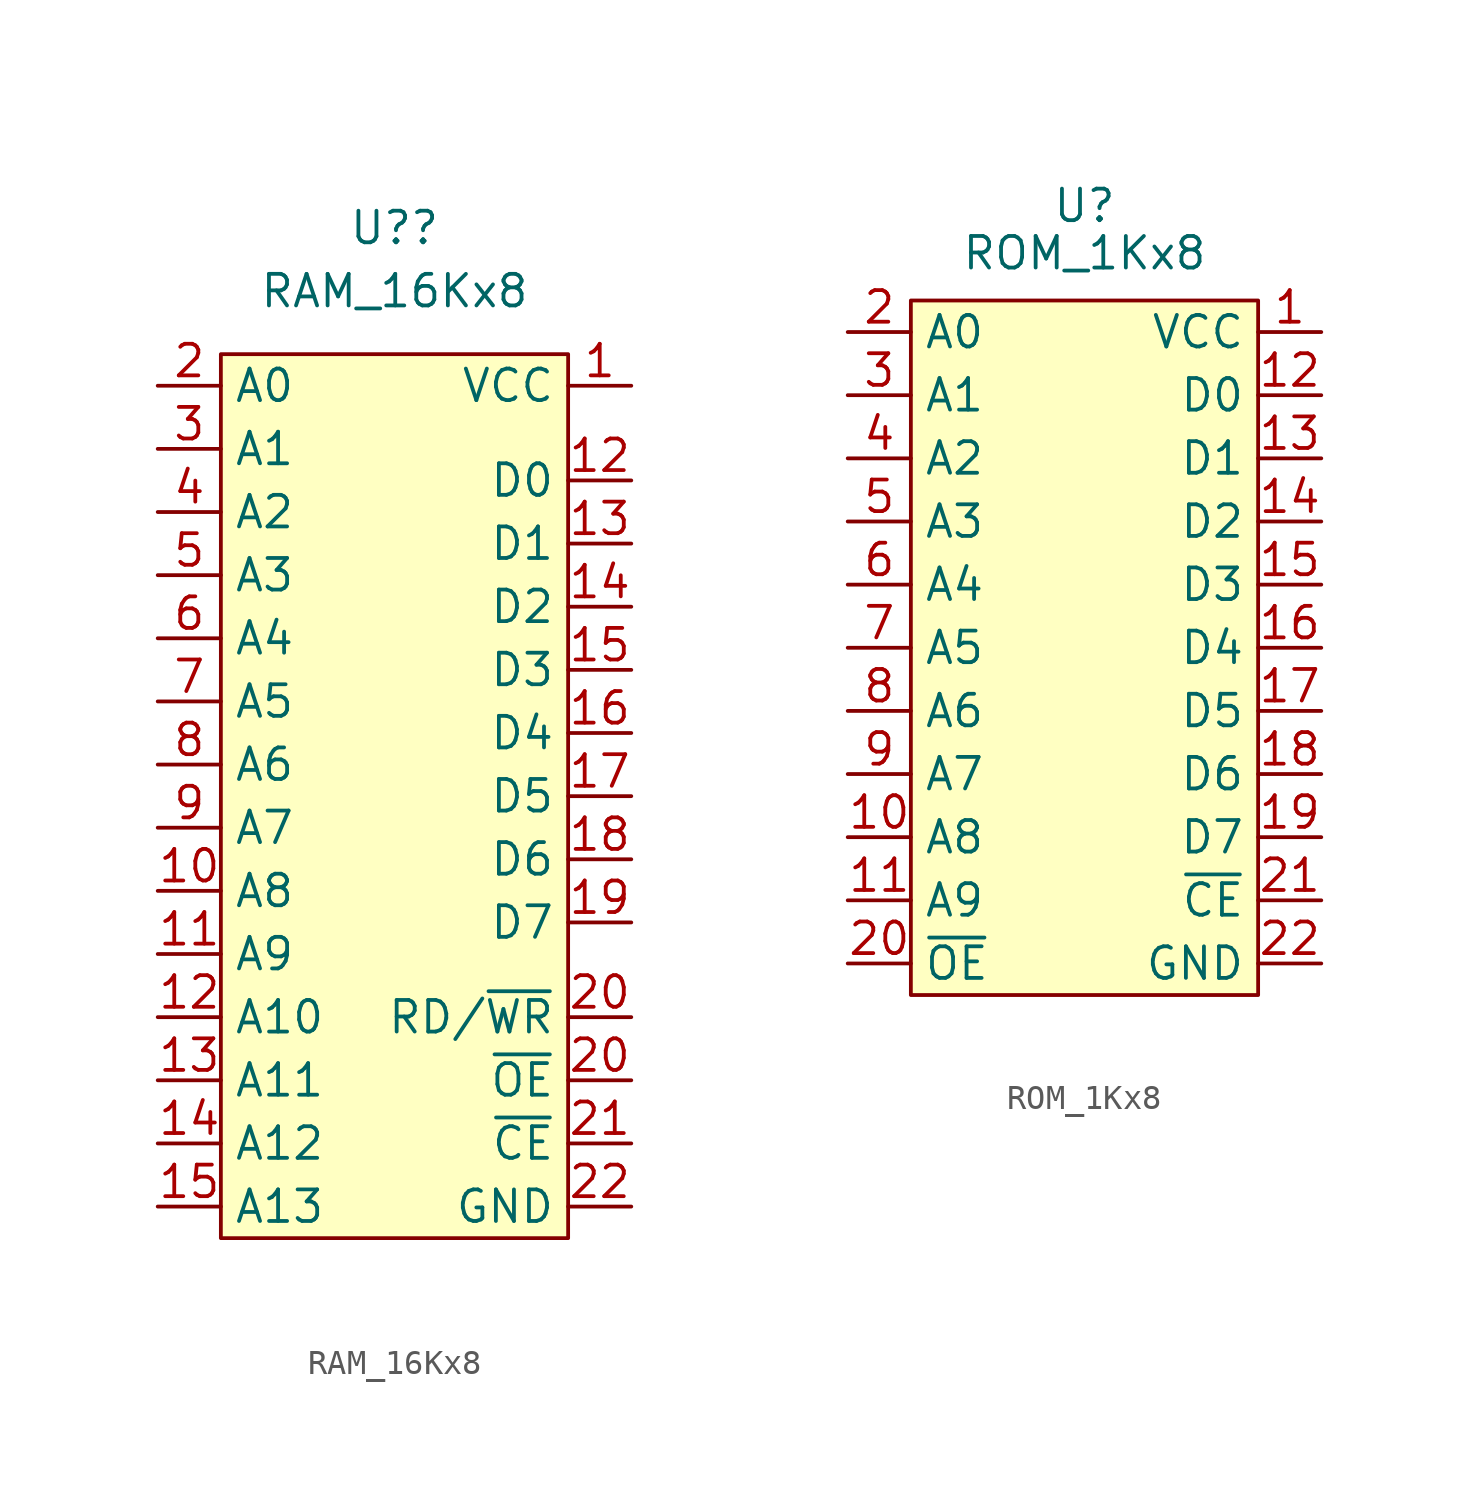
<source format=kicad_sym>
(kicad_symbol_lib
  (version 20211014)
  (generator kicad_symbol_editor)
  (symbol "RAM_16Kx8"
    (property "Reference" "U?"
      (at 0 21.59 0)
      (effects (font (size 1.27 1.27))))
    (property "Value" "RAM_16Kx8"
      (at 0 19.05 0)
      (effects (font (size 1.27 1.27))))
    (symbol "RAM_16Kx8_0_1"
      (rectangle (start -6.985 16.51) (end 6.985 -19.05) (stroke (width 0) (type default) (color 0 0 0 0)) (fill (type background))))
    (symbol "RAM_16Kx8_1_1"
      (pin input line (at 9.525 15.24 180) (length 2.54) (name "VCC" (effects (font (size 1.27 1.27)))) (number "1" (effects (font (size 1.27 1.27)))))
      (pin input line (at -9.525 -5.08 0) (length 2.54) (name "A8" (effects (font (size 1.27 1.27)))) (number "10" (effects (font (size 1.27 1.27)))))
      (pin input line (at -9.525 -7.62 0) (length 2.54) (name "A9" (effects (font (size 1.27 1.27)))) (number "11" (effects (font (size 1.27 1.27)))))
      (pin input line (at -9.525 -10.16 0) (length 2.54) (name "A10" (effects (font (size 1.27 1.27)))) (number "12" (effects (font (size 1.27 1.27)))))
      (pin input line (at 9.525 11.43 180) (length 2.54) (name "D0" (effects (font (size 1.27 1.27)))) (number "12" (effects (font (size 1.27 1.27)))))
      (pin input line (at -9.525 -12.7 0) (length 2.54) (name "A11" (effects (font (size 1.27 1.27)))) (number "13" (effects (font (size 1.27 1.27)))))
      (pin input line (at 9.525 8.89 180) (length 2.54) (name "D1" (effects (font (size 1.27 1.27)))) (number "13" (effects (font (size 1.27 1.27)))))
      (pin input line (at -9.525 -15.24 0) (length 2.54) (name "A12" (effects (font (size 1.27 1.27)))) (number "14" (effects (font (size 1.27 1.27)))))
      (pin input line (at 9.525 6.35 180) (length 2.54) (name "D2" (effects (font (size 1.27 1.27)))) (number "14" (effects (font (size 1.27 1.27)))))
      (pin input line (at -9.525 -17.78 0) (length 2.54) (name "A13" (effects (font (size 1.27 1.27)))) (number "15" (effects (font (size 1.27 1.27)))))
      (pin input line (at 9.525 3.81 180) (length 2.54) (name "D3" (effects (font (size 1.27 1.27)))) (number "15" (effects (font (size 1.27 1.27)))))
      (pin input line (at 9.525 1.27 180) (length 2.54) (name "D4" (effects (font (size 1.27 1.27)))) (number "16" (effects (font (size 1.27 1.27)))))
      (pin input line (at 9.525 -1.27 180) (length 2.54) (name "D5" (effects (font (size 1.27 1.27)))) (number "17" (effects (font (size 1.27 1.27)))))
      (pin input line (at 9.525 -3.81 180) (length 2.54) (name "D6" (effects (font (size 1.27 1.27)))) (number "18" (effects (font (size 1.27 1.27)))))
      (pin input line (at 9.525 -6.35 180) (length 2.54) (name "D7" (effects (font (size 1.27 1.27)))) (number "19" (effects (font (size 1.27 1.27)))))
      (pin input line (at -9.525 15.24 0) (length 2.54) (name "A0" (effects (font (size 1.27 1.27)))) (number "2" (effects (font (size 1.27 1.27)))))
      (pin input line (at 9.525 -10.16 180) (length 2.54) (name "RD/~{WR}" (effects (font (size 1.27 1.27)))) (number "20" (effects (font (size 1.27 1.27)))))
      (pin input line (at 9.525 -12.7 180) (length 2.54) (name "~{OE}" (effects (font (size 1.27 1.27)))) (number "20" (effects (font (size 1.27 1.27)))))
      (pin input line (at 9.525 -15.24 180) (length 2.54) (name "~{CE}" (effects (font (size 1.27 1.27)))) (number "21" (effects (font (size 1.27 1.27)))))
      (pin input line (at 9.525 -17.78 180) (length 2.54) (name "GND" (effects (font (size 1.27 1.27)))) (number "22" (effects (font (size 1.27 1.27)))))
      (pin input line (at -9.525 12.7 0) (length 2.54) (name "A1" (effects (font (size 1.27 1.27)))) (number "3" (effects (font (size 1.27 1.27)))))
      (pin input line (at -9.525 10.16 0) (length 2.54) (name "A2" (effects (font (size 1.27 1.27)))) (number "4" (effects (font (size 1.27 1.27)))))
      (pin input line (at -9.525 7.62 0) (length 2.54) (name "A3" (effects (font (size 1.27 1.27)))) (number "5" (effects (font (size 1.27 1.27)))))
      (pin input line (at -9.525 5.08 0) (length 2.54) (name "A4" (effects (font (size 1.27 1.27)))) (number "6" (effects (font (size 1.27 1.27)))))
      (pin input line (at -9.525 2.54 0) (length 2.54) (name "A5" (effects (font (size 1.27 1.27)))) (number "7" (effects (font (size 1.27 1.27)))))
      (pin input line (at -9.525 0 0) (length 2.54) (name "A6" (effects (font (size 1.27 1.27)))) (number "8" (effects (font (size 1.27 1.27)))))
      (pin input line (at -9.525 -2.54 0) (length 2.54) (name "A7" (effects (font (size 1.27 1.27)))) (number "9" (effects (font (size 1.27 1.27)))))))
  (symbol "ROM_1Kx8"
    (property "Reference" "U"
      (at 0 17.78 0)
      (effects (font (size 1.27 1.27))))
    (property "Value" "ROM_1Kx8"
      (at 0 15.875 0)
      (effects (font (size 1.27 1.27))))
    (symbol "ROM_1Kx8_0_1"
      (rectangle (start -6.985 13.97) (end 6.985 -13.97) (stroke (width 0) (type default) (color 0 0 0 0)) (fill (type background))))
    (symbol "ROM_1Kx8_1_1"
      (pin input line (at 9.525 12.7 180) (length 2.54) (name "VCC" (effects (font (size 1.27 1.27)))) (number "1" (effects (font (size 1.27 1.27)))))
      (pin input line (at -9.525 -7.62 0) (length 2.54) (name "A8" (effects (font (size 1.27 1.27)))) (number "10" (effects (font (size 1.27 1.27)))))
      (pin input line (at -9.525 -10.16 0) (length 2.54) (name "A9" (effects (font (size 1.27 1.27)))) (number "11" (effects (font (size 1.27 1.27)))))
      (pin input line (at 9.525 10.16 180) (length 2.54) (name "D0" (effects (font (size 1.27 1.27)))) (number "12" (effects (font (size 1.27 1.27)))))
      (pin input line (at 9.525 7.62 180) (length 2.54) (name "D1" (effects (font (size 1.27 1.27)))) (number "13" (effects (font (size 1.27 1.27)))))
      (pin input line (at 9.525 5.08 180) (length 2.54) (name "D2" (effects (font (size 1.27 1.27)))) (number "14" (effects (font (size 1.27 1.27)))))
      (pin input line (at 9.525 2.54 180) (length 2.54) (name "D3" (effects (font (size 1.27 1.27)))) (number "15" (effects (font (size 1.27 1.27)))))
      (pin input line (at 9.525 0 180) (length 2.54) (name "D4" (effects (font (size 1.27 1.27)))) (number "16" (effects (font (size 1.27 1.27)))))
      (pin input line (at 9.525 -2.54 180) (length 2.54) (name "D5" (effects (font (size 1.27 1.27)))) (number "17" (effects (font (size 1.27 1.27)))))
      (pin input line (at 9.525 -5.08 180) (length 2.54) (name "D6" (effects (font (size 1.27 1.27)))) (number "18" (effects (font (size 1.27 1.27)))))
      (pin input line (at 9.525 -7.62 180) (length 2.54) (name "D7" (effects (font (size 1.27 1.27)))) (number "19" (effects (font (size 1.27 1.27)))))
      (pin input line (at -9.525 12.7 0) (length 2.54) (name "A0" (effects (font (size 1.27 1.27)))) (number "2" (effects (font (size 1.27 1.27)))))
      (pin input line (at -9.525 -12.7 0) (length 2.54) (name "~{OE}" (effects (font (size 1.27 1.27)))) (number "20" (effects (font (size 1.27 1.27)))))
      (pin input line (at 9.525 -10.16 180) (length 2.54) (name "~{CE}" (effects (font (size 1.27 1.27)))) (number "21" (effects (font (size 1.27 1.27)))))
      (pin unspecified line (at 9.525 -12.7 180) (length 2.54) (name "GND" (effects (font (size 1.27 1.27)))) (number "22" (effects (font (size 1.27 1.27)))))
      (pin input line (at -9.525 10.16 0) (length 2.54) (name "A1" (effects (font (size 1.27 1.27)))) (number "3" (effects (font (size 1.27 1.27)))))
      (pin input line (at -9.525 7.62 0) (length 2.54) (name "A2" (effects (font (size 1.27 1.27)))) (number "4" (effects (font (size 1.27 1.27)))))
      (pin input line (at -9.525 5.08 0) (length 2.54) (name "A3" (effects (font (size 1.27 1.27)))) (number "5" (effects (font (size 1.27 1.27)))))
      (pin input line (at -9.525 2.54 0) (length 2.54) (name "A4" (effects (font (size 1.27 1.27)))) (number "6" (effects (font (size 1.27 1.27)))))
      (pin input line (at -9.525 0 0) (length 2.54) (name "A5" (effects (font (size 1.27 1.27)))) (number "7" (effects (font (size 1.27 1.27)))))
      (pin input line (at -9.525 -2.54 0) (length 2.54) (name "A6" (effects (font (size 1.27 1.27)))) (number "8" (effects (font (size 1.27 1.27)))))
      (pin input line (at -9.525 -5.08 0) (length 2.54) (name "A7" (effects (font (size 1.27 1.27)))) (number "9" (effects (font (size 1.27 1.27))))))))
</source>
